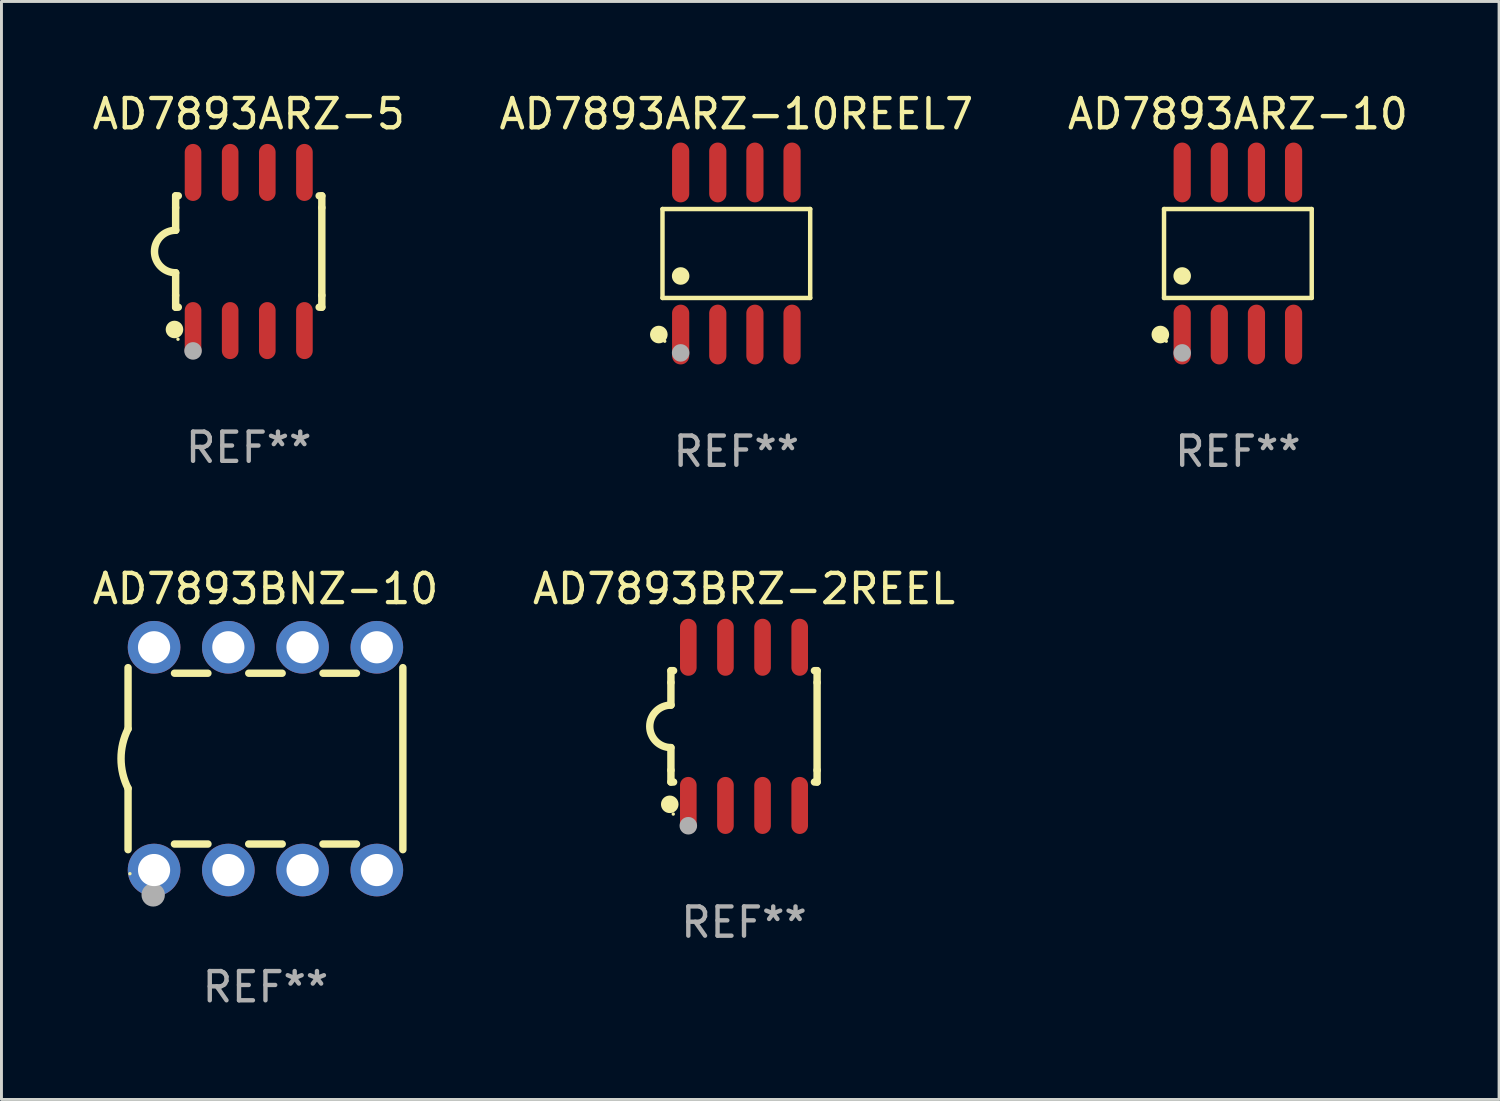
<source format=kicad_pcb>
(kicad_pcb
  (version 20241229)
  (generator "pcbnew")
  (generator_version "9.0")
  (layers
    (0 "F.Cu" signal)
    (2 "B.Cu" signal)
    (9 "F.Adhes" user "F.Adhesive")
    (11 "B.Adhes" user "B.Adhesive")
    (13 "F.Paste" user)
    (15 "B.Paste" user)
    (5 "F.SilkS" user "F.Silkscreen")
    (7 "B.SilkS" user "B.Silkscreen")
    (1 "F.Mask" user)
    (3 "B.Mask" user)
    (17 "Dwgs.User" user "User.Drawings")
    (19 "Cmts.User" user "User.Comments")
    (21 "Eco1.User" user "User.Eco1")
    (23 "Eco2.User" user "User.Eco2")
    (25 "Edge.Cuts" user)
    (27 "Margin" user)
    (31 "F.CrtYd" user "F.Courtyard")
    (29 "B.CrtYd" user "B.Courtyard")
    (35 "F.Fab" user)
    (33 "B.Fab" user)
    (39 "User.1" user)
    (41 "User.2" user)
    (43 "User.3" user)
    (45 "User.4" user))
  (footprint "AD7893BNZ-10"
    (layer "F.Cu")
    (at 6.03 22.9)
    (property "Reference" "AD7893BNZ-10" (at 0 -5.81 0) (layer "F.SilkS") (effects (font (size 1 1) (thickness 0.15))))
    (attr through_hole)
    (fp_line (start -4.7 -1.017) (end -4.7 -3.113) (stroke (width 0.254) (type solid)) (layer "F.SilkS"))
    (fp_line (start -4.7 1.015) (end -4.7 3.113) (stroke (width 0.254) (type solid)) (layer "F.SilkS"))
    (fp_line (start -3.113 2.92) (end -1.967 2.92) (stroke (width 0.254) (type solid)) (layer "F.SilkS"))
    (fp_line (start -3.111 -2.922) (end -1.969 -2.922) (stroke (width 0.254) (type solid)) (layer "F.SilkS"))
    (fp_line (start -0.573 2.92) (end 0.573 2.92) (stroke (width 0.254) (type solid)) (layer "F.SilkS"))
    (fp_line (start -0.571 -2.922) (end 0.571 -2.922) (stroke (width 0.254) (type solid)) (layer "F.SilkS"))
    (fp_line (start 1.967 2.92) (end 3.113 2.92) (stroke (width 0.254) (type solid)) (layer "F.SilkS"))
    (fp_line (start 1.969 -2.922) (end 3.111 -2.922) (stroke (width 0.254) (type solid)) (layer "F.SilkS"))
    (fp_line (start 4.7 -3.113) (end 4.7 3.113) (stroke (width 0.254) (type solid)) (layer "F.SilkS"))
    (fp_arc (start -4.7 1.01524) (mid -4.939846 -0.000762) (end -4.7 -1.016764) (stroke (width 0.254001) (type solid)) (layer "F.SilkS"))
    (fp_circle (center -4.636 3.935) (end -4.606 3.935) (stroke (width 0.06) (type solid)) (fill no) (layer "F.SilkS"))
    (fp_circle (center -3.84 4.66) (end -3.64 4.66) (stroke (width 0.4) (type solid)) (fill no) (layer "F.Fab"))
    (fp_text user "REF**" (at 0 7.81 0) (layer "F.Fab") (effects (font (size 1 1) (thickness 0.15))))
    (pad "1" thru_hole circle (at -3.81 3.81) (size 1.8 1.8) (drill 1.1) (layers "*.Cu" "*.Mask"))
    (pad "2" thru_hole circle (at -1.27 3.81) (size 1.8 1.8) (drill 1.1) (layers "*.Cu" "*.Mask"))
    (pad "3" thru_hole circle (at 1.27 3.81) (size 1.8 1.8) (drill 1.1) (layers "*.Cu" "*.Mask"))
    (pad "4" thru_hole circle (at 3.81 3.81) (size 1.8 1.8) (drill 1.1) (layers "*.Cu" "*.Mask"))
    (pad "5" thru_hole circle (at 3.81 -3.81) (size 1.8 1.8) (drill 1.1) (layers "*.Cu" "*.Mask"))
    (pad "6" thru_hole circle (at 1.27 -3.81) (size 1.8 1.8) (drill 1.1) (layers "*.Cu" "*.Mask"))
    (pad "7" thru_hole circle (at -1.27 -3.81) (size 1.8 1.8) (drill 1.1) (layers "*.Cu" "*.Mask"))
    (pad "8" thru_hole circle (at -3.81 -3.81) (size 1.8 1.8) (drill 1.1) (layers "*.Cu" "*.Mask")))
  (footprint "AD7893ARZ-10"
    (layer "F.Cu")
    (at 39.292 5.621)
    (property "Reference" "AD7893ARZ-10" (at 0 -4.772 0) (layer "F.SilkS") (effects (font (size 1 1) (thickness 0.15))))
    (attr through_hole)
    (fp_line (start -2.526 -1.521) (end 2.526 -1.521) (stroke (width 0.152) (type solid)) (layer "F.SilkS"))
    (fp_line (start -2.526 1.521) (end -2.526 -1.521) (stroke (width 0.152) (type solid)) (layer "F.SilkS"))
    (fp_line (start 2.526 -1.521) (end 2.526 1.521) (stroke (width 0.152) (type solid)) (layer "F.SilkS"))
    (fp_line (start 2.526 1.521) (end -2.526 1.521) (stroke (width 0.152) (type solid)) (layer "F.SilkS"))
    (fp_circle (center -2.652 2.772) (end -2.501 2.772) (stroke (width 0.3) (type solid)) (fill no) (layer "F.SilkS"))
    (fp_circle (center -2.45 3) (end -2.42 3) (stroke (width 0.06) (type solid)) (fill no) (layer "F.SilkS"))
    (fp_circle (center -1.905 0.769) (end -1.755 0.769) (stroke (width 0.3) (type solid)) (fill no) (layer "F.SilkS"))
    (fp_circle (center -1.905 3.4) (end -1.755 3.4) (stroke (width 0.3) (type solid)) (fill no) (layer "F.Fab"))
    (fp_text user "REF**" (at 0 6.772 0) (layer "F.Fab") (effects (font (size 1 1) (thickness 0.15))))
    (pad "1" smd oval (at -1.905 2.772) (size 0.588 2.045) (layers "F.Cu" "F.Mask" "F.Paste"))
    (pad "2" smd oval (at -0.635 2.772) (size 0.588 2.045) (layers "F.Cu" "F.Mask" "F.Paste"))
    (pad "3" smd oval (at 0.635 2.772) (size 0.588 2.045) (layers "F.Cu" "F.Mask" "F.Paste"))
    (pad "4" smd oval (at 1.905 2.772) (size 0.588 2.045) (layers "F.Cu" "F.Mask" "F.Paste"))
    (pad "5" smd oval (at 1.905 -2.772) (size 0.588 2.045) (layers "F.Cu" "F.Mask" "F.Paste"))
    (pad "6" smd oval (at 0.635 -2.772) (size 0.588 2.045) (layers "F.Cu" "F.Mask" "F.Paste"))
    (pad "7" smd oval (at -0.635 -2.772) (size 0.588 2.045) (layers "F.Cu" "F.Mask" "F.Paste"))
    (pad "8" smd oval (at -1.905 -2.772) (size 0.588 2.045) (layers "F.Cu" "F.Mask" "F.Paste")))
  (footprint "AD7893ARZ-5"
    (layer "F.Cu")
    (at 5.458 5.553)
    (property "Reference" "AD7893ARZ-5" (at 0 -4.705 0) (layer "F.SilkS") (effects (font (size 1 1) (thickness 0.15))))
    (attr through_hole)
    (fp_line (start -2.5 -1.905) (end -2.409 -1.905) (stroke (width 0.254) (type solid)) (layer "F.SilkS"))
    (fp_line (start -2.5 -1.5) (end -2.5 -1.905) (stroke (width 0.254) (type solid)) (layer "F.SilkS"))
    (fp_line (start -2.5 -1.5) (end -2.5 -0.726) (stroke (width 0.254) (type solid)) (layer "F.SilkS"))
    (fp_line (start -2.5 1.5) (end -2.5 0.727) (stroke (width 0.254) (type solid)) (layer "F.SilkS"))
    (fp_line (start -2.5 1.5) (end -2.5 1.905) (stroke (width 0.254) (type solid)) (layer "F.SilkS"))
    (fp_line (start -2.5 1.905) (end -2.409 1.905) (stroke (width 0.254) (type solid)) (layer "F.SilkS"))
    (fp_line (start 2.5 -1.905) (end 2.409 -1.905) (stroke (width 0.254) (type solid)) (layer "F.SilkS"))
    (fp_line (start 2.5 -1.5) (end 2.5 -1.905) (stroke (width 0.254) (type solid)) (layer "F.SilkS"))
    (fp_line (start 2.5 -1.5) (end 2.5 1.5) (stroke (width 0.254) (type solid)) (layer "F.SilkS"))
    (fp_line (start 2.5 1.5) (end 2.5 1.905) (stroke (width 0.254) (type solid)) (layer "F.SilkS"))
    (fp_line (start 2.5 1.905) (end 2.409 1.905) (stroke (width 0.254) (type solid)) (layer "F.SilkS"))
    (fp_arc (start -2.5 0.726568) (mid -3.220316 -0.0023) (end -2.495097 -0.726289) (stroke (width 0.254001) (type solid)) (layer "F.SilkS"))
    (fp_circle (center -2.54 2.667) (end -2.39 2.667) (stroke (width 0.3) (type solid)) (fill no) (layer "F.SilkS"))
    (fp_circle (center -2.42 3) (end -2.39 3) (stroke (width 0.06) (type solid)) (fill no) (layer "F.SilkS"))
    (fp_circle (center -1.905 3.4) (end -1.755 3.4) (stroke (width 0.3) (type solid)) (fill no) (layer "F.Fab"))
    (fp_text user "REF**" (at 0 6.705 0) (layer "F.Fab") (effects (font (size 1 1) (thickness 0.15))))
    (pad "1" smd oval (at -1.905 2.705) (size 0.568 1.95) (layers "F.Cu" "F.Mask" "F.Paste"))
    (pad "2" smd oval (at -0.635 2.705) (size 0.568 1.95) (layers "F.Cu" "F.Mask" "F.Paste"))
    (pad "3" smd oval (at 0.635 2.705) (size 0.568 1.95) (layers "F.Cu" "F.Mask" "F.Paste"))
    (pad "4" smd oval (at 1.905 2.705) (size 0.568 1.95) (layers "F.Cu" "F.Mask" "F.Paste"))
    (pad "5" smd oval (at 1.905 -2.705) (size 0.568 1.95) (layers "F.Cu" "F.Mask" "F.Paste"))
    (pad "6" smd oval (at 0.635 -2.705) (size 0.568 1.95) (layers "F.Cu" "F.Mask" "F.Paste"))
    (pad "7" smd oval (at -0.635 -2.705) (size 0.568 1.95) (layers "F.Cu" "F.Mask" "F.Paste"))
    (pad "8" smd oval (at -1.905 -2.705) (size 0.568 1.95) (layers "F.Cu" "F.Mask" "F.Paste")))
  (footprint "AD7893ARZ-10REEL7"
    (layer "F.Cu")
    (at 22.137 5.621)
    (property "Reference" "AD7893ARZ-10REEL7" (at 0 -4.772 0) (layer "F.SilkS") (effects (font (size 1 1) (thickness 0.15))))
    (attr through_hole)
    (fp_line (start -2.526 -1.521) (end 2.526 -1.521) (stroke (width 0.152) (type solid)) (layer "F.SilkS"))
    (fp_line (start -2.526 1.521) (end -2.526 -1.521) (stroke (width 0.152) (type solid)) (layer "F.SilkS"))
    (fp_line (start 2.526 -1.521) (end 2.526 1.521) (stroke (width 0.152) (type solid)) (layer "F.SilkS"))
    (fp_line (start 2.526 1.521) (end -2.526 1.521) (stroke (width 0.152) (type solid)) (layer "F.SilkS"))
    (fp_circle (center -2.652 2.772) (end -2.501 2.772) (stroke (width 0.3) (type solid)) (fill no) (layer "F.SilkS"))
    (fp_circle (center -2.45 3) (end -2.42 3) (stroke (width 0.06) (type solid)) (fill no) (layer "F.SilkS"))
    (fp_circle (center -1.905 0.769) (end -1.755 0.769) (stroke (width 0.3) (type solid)) (fill no) (layer "F.SilkS"))
    (fp_circle (center -1.905 3.4) (end -1.755 3.4) (stroke (width 0.3) (type solid)) (fill no) (layer "F.Fab"))
    (fp_text user "REF**" (at 0 6.772 0) (layer "F.Fab") (effects (font (size 1 1) (thickness 0.15))))
    (pad "1" smd oval (at -1.905 2.772) (size 0.588 2.045) (layers "F.Cu" "F.Mask" "F.Paste"))
    (pad "2" smd oval (at -0.635 2.772) (size 0.588 2.045) (layers "F.Cu" "F.Mask" "F.Paste"))
    (pad "3" smd oval (at 0.635 2.772) (size 0.588 2.045) (layers "F.Cu" "F.Mask" "F.Paste"))
    (pad "4" smd oval (at 1.905 2.772) (size 0.588 2.045) (layers "F.Cu" "F.Mask" "F.Paste"))
    (pad "5" smd oval (at 1.905 -2.772) (size 0.588 2.045) (layers "F.Cu" "F.Mask" "F.Paste"))
    (pad "6" smd oval (at 0.635 -2.772) (size 0.588 2.045) (layers "F.Cu" "F.Mask" "F.Paste"))
    (pad "7" smd oval (at -0.635 -2.772) (size 0.588 2.045) (layers "F.Cu" "F.Mask" "F.Paste"))
    (pad "8" smd oval (at -1.905 -2.772) (size 0.588 2.045) (layers "F.Cu" "F.Mask" "F.Paste")))
  (footprint "AD7893BRZ-2REEL"
    (layer "F.Cu")
    (at 22.399 21.795)
    (property "Reference" "AD7893BRZ-2REEL" (at 0 -4.705 0) (layer "F.SilkS") (effects (font (size 1 1) (thickness 0.15))))
    (attr through_hole)
    (fp_line (start -2.5 -1.905) (end -2.409 -1.905) (stroke (width 0.254) (type solid)) (layer "F.SilkS"))
    (fp_line (start -2.5 -1.5) (end -2.5 -1.905) (stroke (width 0.254) (type solid)) (layer "F.SilkS"))
    (fp_line (start -2.5 -1.5) (end -2.5 -0.726) (stroke (width 0.254) (type solid)) (layer "F.SilkS"))
    (fp_line (start -2.5 1.5) (end -2.5 0.727) (stroke (width 0.254) (type solid)) (layer "F.SilkS"))
    (fp_line (start -2.5 1.5) (end -2.5 1.905) (stroke (width 0.254) (type solid)) (layer "F.SilkS"))
    (fp_line (start -2.5 1.905) (end -2.409 1.905) (stroke (width 0.254) (type solid)) (layer "F.SilkS"))
    (fp_line (start 2.5 -1.905) (end 2.409 -1.905) (stroke (width 0.254) (type solid)) (layer "F.SilkS"))
    (fp_line (start 2.5 -1.5) (end 2.5 -1.905) (stroke (width 0.254) (type solid)) (layer "F.SilkS"))
    (fp_line (start 2.5 -1.5) (end 2.5 1.5) (stroke (width 0.254) (type solid)) (layer "F.SilkS"))
    (fp_line (start 2.5 1.5) (end 2.5 1.905) (stroke (width 0.254) (type solid)) (layer "F.SilkS"))
    (fp_line (start 2.5 1.905) (end 2.409 1.905) (stroke (width 0.254) (type solid)) (layer "F.SilkS"))
    (fp_arc (start -2.5 0.726568) (mid -3.220316 -0.0023) (end -2.495097 -0.726289) (stroke (width 0.254001) (type solid)) (layer "F.SilkS"))
    (fp_circle (center -2.54 2.667) (end -2.39 2.667) (stroke (width 0.3) (type solid)) (fill no) (layer "F.SilkS"))
    (fp_circle (center -2.42 3) (end -2.39 3) (stroke (width 0.06) (type solid)) (fill no) (layer "F.SilkS"))
    (fp_circle (center -1.905 3.4) (end -1.755 3.4) (stroke (width 0.3) (type solid)) (fill no) (layer "F.Fab"))
    (fp_text user "REF**" (at 0 6.705 0) (layer "F.Fab") (effects (font (size 1 1) (thickness 0.15))))
    (pad "1" smd oval (at -1.905 2.705) (size 0.568 1.95) (layers "F.Cu" "F.Mask" "F.Paste"))
    (pad "2" smd oval (at -0.635 2.705) (size 0.568 1.95) (layers "F.Cu" "F.Mask" "F.Paste"))
    (pad "3" smd oval (at 0.635 2.705) (size 0.568 1.95) (layers "F.Cu" "F.Mask" "F.Paste"))
    (pad "4" smd oval (at 1.905 2.705) (size 0.568 1.95) (layers "F.Cu" "F.Mask" "F.Paste"))
    (pad "5" smd oval (at 1.905 -2.705) (size 0.568 1.95) (layers "F.Cu" "F.Mask" "F.Paste"))
    (pad "6" smd oval (at 0.635 -2.705) (size 0.568 1.95) (layers "F.Cu" "F.Mask" "F.Paste"))
    (pad "7" smd oval (at -0.635 -2.705) (size 0.568 1.95) (layers "F.Cu" "F.Mask" "F.Paste"))
    (pad "8" smd oval (at -1.905 -2.705) (size 0.568 1.95) (layers "F.Cu" "F.Mask" "F.Paste")))
  (gr_rect
    (start -3 -3)
    (end 48.226 34.558)
    (stroke (width 0.1) (type default))
    (fill no)
    (layer "Edge.Cuts")))
</source>
